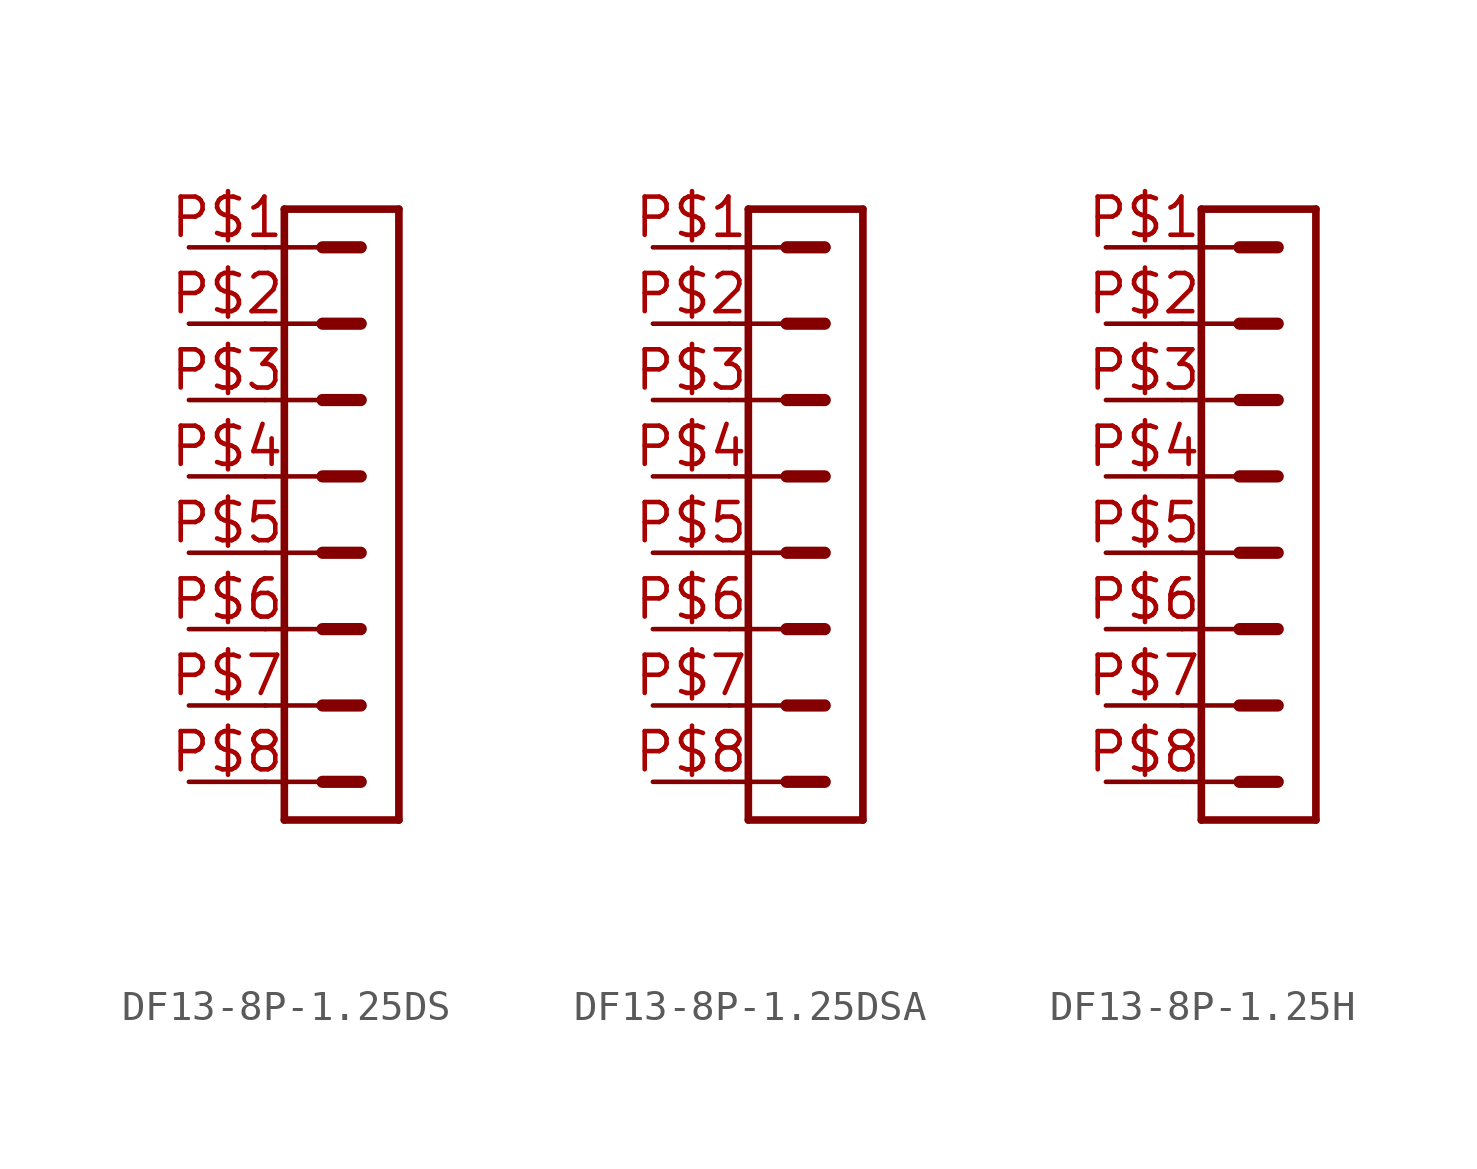
<source format=kicad_sym>
(kicad_symbol_lib
  (version 20231120)
  (generator "kicad_symbol_editor")
  (generator_version "8.0")
  (symbol "DF13-8P-1.25DS"
    (property "Reference" ""
      (at -1.905 10.16 0)
      (effects (font (size 1.778 1.511)) (justify left bottom) (hide yes)))
    (property "Value" ""
      (at -1.905 -14.287 0)
      (effects (font (size 1.778 1.511)) (justify left bottom)))
    (property "ki_locked" ""
      (at 0 0 0)
      (effects (font (size 1.27 1.27))))
    (symbol "DF13-8P-1.25DS_1_0"
      (polyline (pts (xy -2.54 -10.16) (xy -0.635 -10.16)) (stroke (width 0.152) (type solid)) (fill (type none)))
      (polyline (pts (xy -2.54 -7.62) (xy -0.635 -7.62)) (stroke (width 0.152) (type solid)) (fill (type none)))
      (polyline (pts (xy -2.54 -5.08) (xy -0.635 -5.08)) (stroke (width 0.152) (type solid)) (fill (type none)))
      (polyline (pts (xy -2.54 -2.54) (xy -0.635 -2.54)) (stroke (width 0.152) (type solid)) (fill (type none)))
      (polyline (pts (xy -2.54 0) (xy -0.635 0)) (stroke (width 0.152) (type solid)) (fill (type none)))
      (polyline (pts (xy -2.54 2.54) (xy -0.635 2.54)) (stroke (width 0.152) (type solid)) (fill (type none)))
      (polyline (pts (xy -2.54 5.08) (xy -0.635 5.08)) (stroke (width 0.152) (type solid)) (fill (type none)))
      (polyline (pts (xy -2.54 7.62) (xy -0.635 7.62)) (stroke (width 0.152) (type solid)) (fill (type none)))
      (polyline (pts (xy -1.905 -11.43) (xy -1.905 8.89)) (stroke (width 0.254) (type solid)) (fill (type none)))
      (polyline (pts (xy -1.905 -11.43) (xy 1.905 -11.43)) (stroke (width 0.254) (type solid)) (fill (type none)))
      (polyline (pts (xy -0.635 -10.16) (xy 0.635 -10.16)) (stroke (width 0.406) (type solid)) (fill (type none)))
      (polyline (pts (xy -0.635 -7.62) (xy 0.635 -7.62)) (stroke (width 0.406) (type solid)) (fill (type none)))
      (polyline (pts (xy -0.635 -5.08) (xy 0.635 -5.08)) (stroke (width 0.406) (type solid)) (fill (type none)))
      (polyline (pts (xy -0.635 -2.54) (xy 0.635 -2.54)) (stroke (width 0.406) (type solid)) (fill (type none)))
      (polyline (pts (xy -0.635 0) (xy 0.635 0)) (stroke (width 0.406) (type solid)) (fill (type none)))
      (polyline (pts (xy -0.635 2.54) (xy 0.635 2.54)) (stroke (width 0.406) (type solid)) (fill (type none)))
      (polyline (pts (xy -0.635 5.08) (xy 0.635 5.08)) (stroke (width 0.406) (type solid)) (fill (type none)))
      (polyline (pts (xy -0.635 7.62) (xy 0.635 7.62)) (stroke (width 0.406) (type solid)) (fill (type none)))
      (polyline (pts (xy 1.905 8.89) (xy -1.905 8.89)) (stroke (width 0.254) (type solid)) (fill (type none)))
      (polyline (pts (xy 1.905 8.89) (xy 1.905 -11.43)) (stroke (width 0.254) (type solid)) (fill (type none)))
      (pin passive line (at -5.08 7.62 0) (length 2.54) (name "1" (effects (font (size 0 0)))) (number "P$1" (effects (font (size 1.27 1.27)))))
      (pin passive line (at -5.08 5.08 0) (length 2.54) (name "2" (effects (font (size 0 0)))) (number "P$2" (effects (font (size 1.27 1.27)))))
      (pin passive line (at -5.08 2.54 0) (length 2.54) (name "3" (effects (font (size 0 0)))) (number "P$3" (effects (font (size 1.27 1.27)))))
      (pin passive line (at -5.08 0 0) (length 2.54) (name "4" (effects (font (size 0 0)))) (number "P$4" (effects (font (size 1.27 1.27)))))
      (pin passive line (at -5.08 -2.54 0) (length 2.54) (name "5" (effects (font (size 0 0)))) (number "P$5" (effects (font (size 1.27 1.27)))))
      (pin passive line (at -5.08 -5.08 0) (length 2.54) (name "6" (effects (font (size 0 0)))) (number "P$6" (effects (font (size 1.27 1.27)))))
      (pin passive line (at -5.08 -7.62 0) (length 2.54) (name "7" (effects (font (size 0 0)))) (number "P$7" (effects (font (size 1.27 1.27)))))
      (pin passive line (at -5.08 -10.16 0) (length 2.54) (name "8" (effects (font (size 0 0)))) (number "P$8" (effects (font (size 1.27 1.27)))))))
  (symbol "DF13-8P-1.25DSA"
    (property "Reference" ""
      (at -1.905 10.16 0)
      (effects (font (size 1.778 1.511)) (justify left bottom) (hide yes)))
    (property "Value" ""
      (at -1.905 -14.287 0)
      (effects (font (size 1.778 1.511)) (justify left bottom)))
    (property "ki_locked" ""
      (at 0 0 0)
      (effects (font (size 1.27 1.27))))
    (symbol "DF13-8P-1.25DSA_1_0"
      (polyline (pts (xy -2.54 -10.16) (xy -0.635 -10.16)) (stroke (width 0.152) (type solid)) (fill (type none)))
      (polyline (pts (xy -2.54 -7.62) (xy -0.635 -7.62)) (stroke (width 0.152) (type solid)) (fill (type none)))
      (polyline (pts (xy -2.54 -5.08) (xy -0.635 -5.08)) (stroke (width 0.152) (type solid)) (fill (type none)))
      (polyline (pts (xy -2.54 -2.54) (xy -0.635 -2.54)) (stroke (width 0.152) (type solid)) (fill (type none)))
      (polyline (pts (xy -2.54 0) (xy -0.635 0)) (stroke (width 0.152) (type solid)) (fill (type none)))
      (polyline (pts (xy -2.54 2.54) (xy -0.635 2.54)) (stroke (width 0.152) (type solid)) (fill (type none)))
      (polyline (pts (xy -2.54 5.08) (xy -0.635 5.08)) (stroke (width 0.152) (type solid)) (fill (type none)))
      (polyline (pts (xy -2.54 7.62) (xy -0.635 7.62)) (stroke (width 0.152) (type solid)) (fill (type none)))
      (polyline (pts (xy -1.905 -11.43) (xy -1.905 8.89)) (stroke (width 0.254) (type solid)) (fill (type none)))
      (polyline (pts (xy -1.905 -11.43) (xy 1.905 -11.43)) (stroke (width 0.254) (type solid)) (fill (type none)))
      (polyline (pts (xy -0.635 -10.16) (xy 0.635 -10.16)) (stroke (width 0.406) (type solid)) (fill (type none)))
      (polyline (pts (xy -0.635 -7.62) (xy 0.635 -7.62)) (stroke (width 0.406) (type solid)) (fill (type none)))
      (polyline (pts (xy -0.635 -5.08) (xy 0.635 -5.08)) (stroke (width 0.406) (type solid)) (fill (type none)))
      (polyline (pts (xy -0.635 -2.54) (xy 0.635 -2.54)) (stroke (width 0.406) (type solid)) (fill (type none)))
      (polyline (pts (xy -0.635 0) (xy 0.635 0)) (stroke (width 0.406) (type solid)) (fill (type none)))
      (polyline (pts (xy -0.635 2.54) (xy 0.635 2.54)) (stroke (width 0.406) (type solid)) (fill (type none)))
      (polyline (pts (xy -0.635 5.08) (xy 0.635 5.08)) (stroke (width 0.406) (type solid)) (fill (type none)))
      (polyline (pts (xy -0.635 7.62) (xy 0.635 7.62)) (stroke (width 0.406) (type solid)) (fill (type none)))
      (polyline (pts (xy 1.905 8.89) (xy -1.905 8.89)) (stroke (width 0.254) (type solid)) (fill (type none)))
      (polyline (pts (xy 1.905 8.89) (xy 1.905 -11.43)) (stroke (width 0.254) (type solid)) (fill (type none)))
      (pin passive line (at -5.08 7.62 0) (length 2.54) (name "1" (effects (font (size 0 0)))) (number "P$1" (effects (font (size 1.27 1.27)))))
      (pin passive line (at -5.08 5.08 0) (length 2.54) (name "2" (effects (font (size 0 0)))) (number "P$2" (effects (font (size 1.27 1.27)))))
      (pin passive line (at -5.08 2.54 0) (length 2.54) (name "3" (effects (font (size 0 0)))) (number "P$3" (effects (font (size 1.27 1.27)))))
      (pin passive line (at -5.08 0 0) (length 2.54) (name "4" (effects (font (size 0 0)))) (number "P$4" (effects (font (size 1.27 1.27)))))
      (pin passive line (at -5.08 -2.54 0) (length 2.54) (name "5" (effects (font (size 0 0)))) (number "P$5" (effects (font (size 1.27 1.27)))))
      (pin passive line (at -5.08 -5.08 0) (length 2.54) (name "6" (effects (font (size 0 0)))) (number "P$6" (effects (font (size 1.27 1.27)))))
      (pin passive line (at -5.08 -7.62 0) (length 2.54) (name "7" (effects (font (size 0 0)))) (number "P$7" (effects (font (size 1.27 1.27)))))
      (pin passive line (at -5.08 -10.16 0) (length 2.54) (name "8" (effects (font (size 0 0)))) (number "P$8" (effects (font (size 1.27 1.27)))))))
  (symbol "DF13-8P-1.25H"
    (property "Reference" ""
      (at -1.905 10.16 0)
      (effects (font (size 1.778 1.511)) (justify left bottom) (hide yes)))
    (property "Value" ""
      (at -1.905 -14.287 0)
      (effects (font (size 1.778 1.511)) (justify left bottom)))
    (property "ki_locked" ""
      (at 0 0 0)
      (effects (font (size 1.27 1.27))))
    (symbol "DF13-8P-1.25H_1_0"
      (polyline (pts (xy -2.54 -10.16) (xy -0.635 -10.16)) (stroke (width 0.152) (type solid)) (fill (type none)))
      (polyline (pts (xy -2.54 -7.62) (xy -0.635 -7.62)) (stroke (width 0.152) (type solid)) (fill (type none)))
      (polyline (pts (xy -2.54 -5.08) (xy -0.635 -5.08)) (stroke (width 0.152) (type solid)) (fill (type none)))
      (polyline (pts (xy -2.54 -2.54) (xy -0.635 -2.54)) (stroke (width 0.152) (type solid)) (fill (type none)))
      (polyline (pts (xy -2.54 0) (xy -0.635 0)) (stroke (width 0.152) (type solid)) (fill (type none)))
      (polyline (pts (xy -2.54 2.54) (xy -0.635 2.54)) (stroke (width 0.152) (type solid)) (fill (type none)))
      (polyline (pts (xy -2.54 5.08) (xy -0.635 5.08)) (stroke (width 0.152) (type solid)) (fill (type none)))
      (polyline (pts (xy -2.54 7.62) (xy -0.635 7.62)) (stroke (width 0.152) (type solid)) (fill (type none)))
      (polyline (pts (xy -1.905 -11.43) (xy -1.905 8.89)) (stroke (width 0.254) (type solid)) (fill (type none)))
      (polyline (pts (xy -1.905 -11.43) (xy 1.905 -11.43)) (stroke (width 0.254) (type solid)) (fill (type none)))
      (polyline (pts (xy -0.635 -10.16) (xy 0.635 -10.16)) (stroke (width 0.406) (type solid)) (fill (type none)))
      (polyline (pts (xy -0.635 -7.62) (xy 0.635 -7.62)) (stroke (width 0.406) (type solid)) (fill (type none)))
      (polyline (pts (xy -0.635 -5.08) (xy 0.635 -5.08)) (stroke (width 0.406) (type solid)) (fill (type none)))
      (polyline (pts (xy -0.635 -2.54) (xy 0.635 -2.54)) (stroke (width 0.406) (type solid)) (fill (type none)))
      (polyline (pts (xy -0.635 0) (xy 0.635 0)) (stroke (width 0.406) (type solid)) (fill (type none)))
      (polyline (pts (xy -0.635 2.54) (xy 0.635 2.54)) (stroke (width 0.406) (type solid)) (fill (type none)))
      (polyline (pts (xy -0.635 5.08) (xy 0.635 5.08)) (stroke (width 0.406) (type solid)) (fill (type none)))
      (polyline (pts (xy -0.635 7.62) (xy 0.635 7.62)) (stroke (width 0.406) (type solid)) (fill (type none)))
      (polyline (pts (xy 1.905 8.89) (xy -1.905 8.89)) (stroke (width 0.254) (type solid)) (fill (type none)))
      (polyline (pts (xy 1.905 8.89) (xy 1.905 -11.43)) (stroke (width 0.254) (type solid)) (fill (type none)))
      (pin passive line (at -5.08 7.62 0) (length 2.54) (name "1" (effects (font (size 0 0)))) (number "P$1" (effects (font (size 1.27 1.27)))))
      (pin passive line (at -5.08 5.08 0) (length 2.54) (name "2" (effects (font (size 0 0)))) (number "P$2" (effects (font (size 1.27 1.27)))))
      (pin passive line (at -5.08 2.54 0) (length 2.54) (name "3" (effects (font (size 0 0)))) (number "P$3" (effects (font (size 1.27 1.27)))))
      (pin passive line (at -5.08 0 0) (length 2.54) (name "4" (effects (font (size 0 0)))) (number "P$4" (effects (font (size 1.27 1.27)))))
      (pin passive line (at -5.08 -2.54 0) (length 2.54) (name "5" (effects (font (size 0 0)))) (number "P$5" (effects (font (size 1.27 1.27)))))
      (pin passive line (at -5.08 -5.08 0) (length 2.54) (name "6" (effects (font (size 0 0)))) (number "P$6" (effects (font (size 1.27 1.27)))))
      (pin passive line (at -5.08 -7.62 0) (length 2.54) (name "7" (effects (font (size 0 0)))) (number "P$7" (effects (font (size 1.27 1.27)))))
      (pin passive line (at -5.08 -10.16 0) (length 2.54) (name "8" (effects (font (size 0 0)))) (number "P$8" (effects (font (size 1.27 1.27))))))))
</source>
